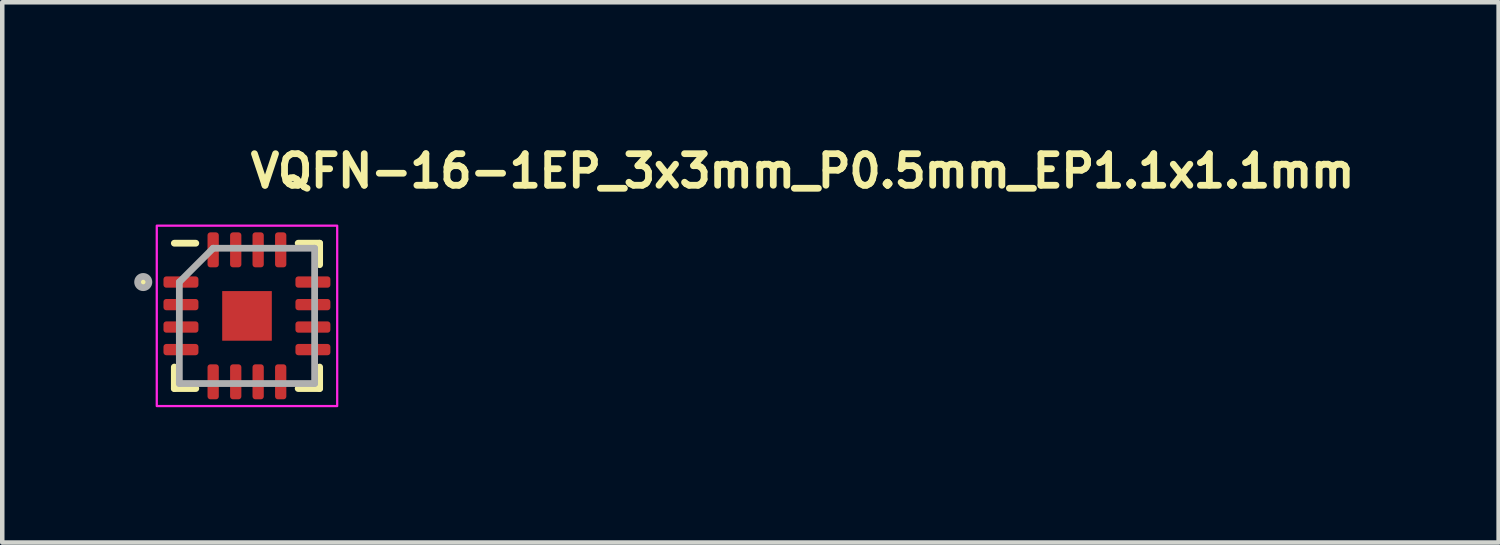
<source format=kicad_pcb>
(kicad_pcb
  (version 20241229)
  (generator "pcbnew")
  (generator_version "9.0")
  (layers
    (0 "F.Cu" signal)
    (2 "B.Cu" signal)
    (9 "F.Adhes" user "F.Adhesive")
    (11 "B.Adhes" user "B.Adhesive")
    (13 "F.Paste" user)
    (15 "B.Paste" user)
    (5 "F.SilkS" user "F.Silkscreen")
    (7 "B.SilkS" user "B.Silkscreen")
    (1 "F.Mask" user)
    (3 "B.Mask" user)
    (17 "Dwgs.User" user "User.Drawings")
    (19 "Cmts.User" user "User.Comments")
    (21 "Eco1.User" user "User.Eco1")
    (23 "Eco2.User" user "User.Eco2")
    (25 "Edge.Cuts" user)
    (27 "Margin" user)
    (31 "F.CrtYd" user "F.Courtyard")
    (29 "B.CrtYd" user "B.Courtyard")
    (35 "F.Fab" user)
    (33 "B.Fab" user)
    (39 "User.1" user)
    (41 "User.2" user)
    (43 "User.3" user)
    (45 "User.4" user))
  (footprint "VQFN-16-1EP_3x3mm_P0.5mm_EP1.1x1.1mm"
    (layer "F.Cu")
    (at 2.425 3.952)
    (property "Reference" "VQFN-16-1EP_3x3mm_P0.5mm_EP1.1x1.1mm" (at 0 -2.802 0) (layer "F.SilkS") (effects (font (size 0.7 0.7) (thickness 0.15)) (justify left bottom)))
    (attr smd)
    (fp_line (start -1.611 1.61) (end -1.611 1.134) (stroke (width 0.15) (type solid)) (layer "F.SilkS"))
    (fp_line (start -1.135 -1.611) (end -1.611 -1.611) (stroke (width 0.15) (type solid)) (layer "F.SilkS"))
    (fp_line (start -1.135 1.61) (end -1.611 1.61) (stroke (width 0.15) (type solid)) (layer "F.SilkS"))
    (fp_line (start 1.134 -1.611) (end 1.61 -1.611) (stroke (width 0.15) (type solid)) (layer "F.SilkS"))
    (fp_line (start 1.134 1.61) (end 1.61 1.61) (stroke (width 0.15) (type solid)) (layer "F.SilkS"))
    (fp_line (start 1.61 -1.611) (end 1.61 -1.135) (stroke (width 0.15) (type solid)) (layer "F.SilkS"))
    (fp_line (start 1.61 1.61) (end 1.61 1.134) (stroke (width 0.15) (type solid)) (layer "F.SilkS"))
    (fp_circle (center -2.3 -0.75) (end -2.25 -0.75) (stroke (width 0.15) (type solid)) (fill yes) (layer "F.SilkS"))
    (fp_rect (start -2 -2) (end 1.999 1.999) (stroke (width 0.05) (type solid)) (fill no) (layer "F.CrtYd"))
    (fp_line (start -1.5 -0.75) (end -0.75 -1.5) (stroke (width 0.15) (type solid)) (layer "F.Fab"))
    (fp_line (start -1.5 1.499) (end -1.5 -0.75) (stroke (width 0.15) (type solid)) (layer "F.Fab"))
    (fp_line (start -0.75 -1.5) (end 1.499 -1.5) (stroke (width 0.15) (type solid)) (layer "F.Fab"))
    (fp_line (start 1.499 -1.5) (end 1.499 1.499) (stroke (width 0.15) (type solid)) (layer "F.Fab"))
    (fp_line (start 1.499 1.499) (end -1.5 1.499) (stroke (width 0.15) (type solid)) (layer "F.Fab"))
    (fp_circle (center -2.3 -0.75) (end -2.25 -0.75) (stroke (width 0.15) (type solid)) (fill no) (layer "F.Fab"))
    (fp_rect (start -1.5 -1.5) (end 1.499 1.499) (stroke (width 0.1) (type solid)) (fill no) (layer "User.5"))
    (fp_rect (start -1.5 -1.5) (end 1.499 1.499) (stroke (width 0.1) (type solid)) (fill no) (layer "User.5"))
    (fp_line (start -1.5 -0.875) (end -1.5 -0.625) (stroke (width 0.02) (type solid)) (layer "User.9"))
    (fp_line (start -1.5 -0.625) (end -1.49 -0.625) (stroke (width 0.02) (type solid)) (layer "User.9"))
    (fp_line (start -1.5 -0.375) (end -1.5 -0.125) (stroke (width 0.02) (type solid)) (layer "User.9"))
    (fp_line (start -1.5 -0.125) (end -1.49 -0.125) (stroke (width 0.02) (type solid)) (layer "User.9"))
    (fp_line (start -1.5 0.122) (end -1.5 0.372) (stroke (width 0.02) (type solid)) (layer "User.9"))
    (fp_line (start -1.5 0.372) (end -1.49 0.372) (stroke (width 0.02) (type solid)) (layer "User.9"))
    (fp_line (start -1.5 0.622) (end -1.5 0.872) (stroke (width 0.02) (type solid)) (layer "User.9"))
    (fp_line (start -1.5 0.872) (end -1.49 0.872) (stroke (width 0.02) (type solid)) (layer "User.9"))
    (fp_line (start -1.49 -1.49) (end -1.49 1.489) (stroke (width 0.02) (type solid)) (layer "User.9"))
    (fp_line (start -1.49 -1.49) (end 1.489 -1.49) (stroke (width 0.02) (type solid)) (layer "User.9"))
    (fp_line (start -1.49 -0.875) (end -1.5 -0.875) (stroke (width 0.02) (type solid)) (layer "User.9"))
    (fp_line (start -1.49 -0.375) (end -1.5 -0.375) (stroke (width 0.02) (type solid)) (layer "User.9"))
    (fp_line (start -1.49 0.122) (end -1.5 0.122) (stroke (width 0.02) (type solid)) (layer "User.9"))
    (fp_line (start -1.49 0.622) (end -1.5 0.622) (stroke (width 0.02) (type solid)) (layer "User.9"))
    (fp_line (start -1.49 1.489) (end 1.489 1.489) (stroke (width 0.02) (type solid)) (layer "User.9"))
    (fp_line (start -1.051 -0.815) (end -1.051 -0.803) (stroke (width 0.02) (type solid)) (layer "User.9"))
    (fp_line (start -1.051 -0.803) (end -1.051 -0.803) (stroke (width 0.02) (type solid)) (layer "User.9"))
    (fp_line (start -1.051 -0.803) (end -1.051 -0.79) (stroke (width 0.02) (type solid)) (layer "User.9"))
    (fp_line (start -1.051 -0.79) (end -1.049 -0.777) (stroke (width 0.02) (type solid)) (layer "User.9"))
    (fp_line (start -1.049 -0.839) (end -1.049 -0.828) (stroke (width 0.02) (type solid)) (layer "User.9"))
    (fp_line (start -1.049 -0.828) (end -1.051 -0.815) (stroke (width 0.02) (type solid)) (layer "User.9"))
    (fp_line (start -1.049 -0.777) (end -1.049 -0.762) (stroke (width 0.02) (type solid)) (layer "User.9"))
    (fp_line (start -1.049 -0.762) (end -1.045 -0.75) (stroke (width 0.02) (type solid)) (layer "User.9"))
    (fp_line (start -1.045 -0.851) (end -1.049 -0.839) (stroke (width 0.02) (type solid)) (layer "User.9"))
    (fp_line (start -1.045 -0.75) (end -1.043 -0.738) (stroke (width 0.02) (type solid)) (layer "User.9"))
    (fp_line (start -1.043 -0.863) (end -1.045 -0.851) (stroke (width 0.02) (type solid)) (layer "User.9"))
    (fp_line (start -1.043 -0.738) (end -1.039 -0.726) (stroke (width 0.02) (type solid)) (layer "User.9"))
    (fp_line (start -1.039 -0.875) (end -1.043 -0.863) (stroke (width 0.02) (type solid)) (layer "User.9"))
    (fp_line (start -1.039 -0.726) (end -1.035 -0.715) (stroke (width 0.02) (type solid)) (layer "User.9"))
    (fp_line (start -1.035 -0.886) (end -1.039 -0.875) (stroke (width 0.02) (type solid)) (layer "User.9"))
    (fp_line (start -1.035 -0.715) (end -1.031 -0.704) (stroke (width 0.02) (type solid)) (layer "User.9"))
    (fp_line (start -1.031 -0.9) (end -1.035 -0.886) (stroke (width 0.02) (type solid)) (layer "User.9"))
    (fp_line (start -1.031 -0.704) (end -1.027 -0.694) (stroke (width 0.02) (type solid)) (layer "User.9"))
    (fp_line (start -1.027 -0.911) (end -1.031 -0.9) (stroke (width 0.02) (type solid)) (layer "User.9"))
    (fp_line (start -1.027 -0.694) (end -1.02 -0.683) (stroke (width 0.02) (type solid)) (layer "User.9"))
    (fp_line (start -1.02 -0.922) (end -1.027 -0.911) (stroke (width 0.02) (type solid)) (layer "User.9"))
    (fp_line (start -1.02 -0.683) (end -1.014 -0.673) (stroke (width 0.02) (type solid)) (layer "User.9"))
    (fp_line (start -1.014 -0.932) (end -1.02 -0.922) (stroke (width 0.02) (type solid)) (layer "User.9"))
    (fp_line (start -1.014 -0.673) (end -1.008 -0.663) (stroke (width 0.02) (type solid)) (layer "User.9"))
    (fp_line (start -1.008 -0.942) (end -1.014 -0.932) (stroke (width 0.02) (type solid)) (layer "User.9"))
    (fp_line (start -1.008 -0.663) (end -1.002 -0.653) (stroke (width 0.02) (type solid)) (layer "User.9"))
    (fp_line (start -1.002 -0.952) (end -1.008 -0.942) (stroke (width 0.02) (type solid)) (layer "User.9"))
    (fp_line (start -1.002 -0.653) (end -0.993 -0.643) (stroke (width 0.02) (type solid)) (layer "User.9"))
    (fp_line (start -0.993 -0.96) (end -1.002 -0.952) (stroke (width 0.02) (type solid)) (layer "User.9"))
    (fp_line (start -0.993 -0.643) (end -0.986 -0.632) (stroke (width 0.02) (type solid)) (layer "User.9"))
    (fp_line (start -0.986 -0.969) (end -0.993 -0.96) (stroke (width 0.02) (type solid)) (layer "User.9"))
    (fp_line (start -0.986 -0.632) (end -0.977 -0.624) (stroke (width 0.02) (type solid)) (layer "User.9"))
    (fp_line (start -0.977 -0.977) (end -0.986 -0.969) (stroke (width 0.02) (type solid)) (layer "User.9"))
    (fp_line (start -0.977 -0.624) (end -0.969 -0.615) (stroke (width 0.02) (type solid)) (layer "User.9"))
    (fp_line (start -0.969 -0.986) (end -0.977 -0.977) (stroke (width 0.02) (type solid)) (layer "User.9"))
    (fp_line (start -0.969 -0.615) (end -0.96 -0.608) (stroke (width 0.02) (type solid)) (layer "User.9"))
    (fp_line (start -0.96 -0.993) (end -0.969 -0.986) (stroke (width 0.02) (type solid)) (layer "User.9"))
    (fp_line (start -0.96 -0.608) (end -0.952 -0.6) (stroke (width 0.02) (type solid)) (layer "User.9"))
    (fp_line (start -0.952 -1.002) (end -0.96 -0.993) (stroke (width 0.02) (type solid)) (layer "User.9"))
    (fp_line (start -0.952 -0.6) (end -0.942 -0.593) (stroke (width 0.02) (type solid)) (layer "User.9"))
    (fp_line (start -0.942 -1.008) (end -0.952 -1.002) (stroke (width 0.02) (type solid)) (layer "User.9"))
    (fp_line (start -0.942 -0.593) (end -0.932 -0.587) (stroke (width 0.02) (type solid)) (layer "User.9"))
    (fp_line (start -0.932 -1.014) (end -0.942 -1.008) (stroke (width 0.02) (type solid)) (layer "User.9"))
    (fp_line (start -0.932 -0.587) (end -0.922 -0.581) (stroke (width 0.02) (type solid)) (layer "User.9"))
    (fp_line (start -0.922 -1.02) (end -0.932 -1.014) (stroke (width 0.02) (type solid)) (layer "User.9"))
    (fp_line (start -0.922 -0.581) (end -0.911 -0.577) (stroke (width 0.02) (type solid)) (layer "User.9"))
    (fp_line (start -0.911 -1.027) (end -0.922 -1.02) (stroke (width 0.02) (type solid)) (layer "User.9"))
    (fp_line (start -0.911 -0.577) (end -0.9 -0.572) (stroke (width 0.02) (type solid)) (layer "User.9"))
    (fp_line (start -0.9 -1.031) (end -0.911 -1.027) (stroke (width 0.02) (type solid)) (layer "User.9"))
    (fp_line (start -0.9 -0.572) (end -0.886 -0.568) (stroke (width 0.02) (type solid)) (layer "User.9"))
    (fp_line (start -0.886 -1.035) (end -0.9 -1.031) (stroke (width 0.02) (type solid)) (layer "User.9"))
    (fp_line (start -0.886 -0.568) (end -0.875 -0.564) (stroke (width 0.02) (type solid)) (layer "User.9"))
    (fp_line (start -0.875 -1.5) (end -0.875 -1.49) (stroke (width 0.02) (type solid)) (layer "User.9"))
    (fp_line (start -0.875 -1.039) (end -0.886 -1.035) (stroke (width 0.02) (type solid)) (layer "User.9"))
    (fp_line (start -0.875 -0.564) (end -0.863 -0.56) (stroke (width 0.02) (type solid)) (layer "User.9"))
    (fp_line (start -0.875 1.489) (end -0.875 1.499) (stroke (width 0.02) (type solid)) (layer "User.9"))
    (fp_line (start -0.875 1.499) (end -0.625 1.499) (stroke (width 0.02) (type solid)) (layer "User.9"))
    (fp_line (start -0.863 -1.043) (end -0.875 -1.039) (stroke (width 0.02) (type solid)) (layer "User.9"))
    (fp_line (start -0.863 -0.56) (end -0.851 -0.558) (stroke (width 0.02) (type solid)) (layer "User.9"))
    (fp_line (start -0.851 -1.045) (end -0.863 -1.043) (stroke (width 0.02) (type solid)) (layer "User.9"))
    (fp_line (start -0.851 -0.558) (end -0.839 -0.555) (stroke (width 0.02) (type solid)) (layer "User.9"))
    (fp_line (start -0.839 -1.049) (end -0.851 -1.045) (stroke (width 0.02) (type solid)) (layer "User.9"))
    (fp_line (start -0.839 -0.555) (end -0.828 -0.554) (stroke (width 0.02) (type solid)) (layer "User.9"))
    (fp_line (start -0.828 -1.049) (end -0.839 -1.049) (stroke (width 0.02) (type solid)) (layer "User.9"))
    (fp_line (start -0.828 -0.554) (end -0.815 -0.553) (stroke (width 0.02) (type solid)) (layer "User.9"))
    (fp_line (start -0.815 -1.051) (end -0.828 -1.049) (stroke (width 0.02) (type solid)) (layer "User.9"))
    (fp_line (start -0.815 -0.553) (end -0.803 -0.553) (stroke (width 0.02) (type solid)) (layer "User.9"))
    (fp_line (start -0.803 -1.051) (end -0.815 -1.051) (stroke (width 0.02) (type solid)) (layer "User.9"))
    (fp_line (start -0.803 -1.051) (end -0.803 -1.051) (stroke (width 0.02) (type solid)) (layer "User.9"))
    (fp_line (start -0.803 -0.553) (end -0.803 -0.553) (stroke (width 0.02) (type solid)) (layer "User.9"))
    (fp_line (start -0.803 -0.553) (end -0.79 -0.553) (stroke (width 0.02) (type solid)) (layer "User.9"))
    (fp_line (start -0.79 -1.051) (end -0.803 -1.051) (stroke (width 0.02) (type solid)) (layer "User.9"))
    (fp_line (start -0.79 -0.553) (end -0.777 -0.554) (stroke (width 0.02) (type solid)) (layer "User.9"))
    (fp_line (start -0.777 -1.049) (end -0.79 -1.051) (stroke (width 0.02) (type solid)) (layer "User.9"))
    (fp_line (start -0.777 -0.554) (end -0.762 -0.555) (stroke (width 0.02) (type solid)) (layer "User.9"))
    (fp_line (start -0.762 -1.049) (end -0.777 -1.049) (stroke (width 0.02) (type solid)) (layer "User.9"))
    (fp_line (start -0.762 -0.555) (end -0.75 -0.558) (stroke (width 0.02) (type solid)) (layer "User.9"))
    (fp_line (start -0.75 -1.045) (end -0.762 -1.049) (stroke (width 0.02) (type solid)) (layer "User.9"))
    (fp_line (start -0.75 -0.558) (end -0.738 -0.56) (stroke (width 0.02) (type solid)) (layer "User.9"))
    (fp_line (start -0.738 -1.043) (end -0.75 -1.045) (stroke (width 0.02) (type solid)) (layer "User.9"))
    (fp_line (start -0.738 -0.56) (end -0.726 -0.564) (stroke (width 0.02) (type solid)) (layer "User.9"))
    (fp_line (start -0.726 -1.039) (end -0.738 -1.043) (stroke (width 0.02) (type solid)) (layer "User.9"))
    (fp_line (start -0.726 -0.564) (end -0.715 -0.568) (stroke (width 0.02) (type solid)) (layer "User.9"))
    (fp_line (start -0.715 -1.035) (end -0.726 -1.039) (stroke (width 0.02) (type solid)) (layer "User.9"))
    (fp_line (start -0.715 -0.568) (end -0.704 -0.572) (stroke (width 0.02) (type solid)) (layer "User.9"))
    (fp_line (start -0.704 -1.031) (end -0.715 -1.035) (stroke (width 0.02) (type solid)) (layer "User.9"))
    (fp_line (start -0.704 -0.572) (end -0.694 -0.577) (stroke (width 0.02) (type solid)) (layer "User.9"))
    (fp_line (start -0.694 -1.027) (end -0.704 -1.031) (stroke (width 0.02) (type solid)) (layer "User.9"))
    (fp_line (start -0.694 -0.577) (end -0.683 -0.581) (stroke (width 0.02) (type solid)) (layer "User.9"))
    (fp_line (start -0.683 -1.02) (end -0.694 -1.027) (stroke (width 0.02) (type solid)) (layer "User.9"))
    (fp_line (start -0.683 -0.581) (end -0.673 -0.587) (stroke (width 0.02) (type solid)) (layer "User.9"))
    (fp_line (start -0.673 -1.014) (end -0.683 -1.02) (stroke (width 0.02) (type solid)) (layer "User.9"))
    (fp_line (start -0.673 -0.587) (end -0.663 -0.593) (stroke (width 0.02) (type solid)) (layer "User.9"))
    (fp_line (start -0.663 -1.008) (end -0.673 -1.014) (stroke (width 0.02) (type solid)) (layer "User.9"))
    (fp_line (start -0.663 -0.593) (end -0.653 -0.6) (stroke (width 0.02) (type solid)) (layer "User.9"))
    (fp_line (start -0.653 -1.002) (end -0.663 -1.008) (stroke (width 0.02) (type solid)) (layer "User.9"))
    (fp_line (start -0.653 -0.6) (end -0.643 -0.608) (stroke (width 0.02) (type solid)) (layer "User.9"))
    (fp_line (start -0.643 -0.993) (end -0.653 -1.002) (stroke (width 0.02) (type solid)) (layer "User.9"))
    (fp_line (start -0.643 -0.608) (end -0.632 -0.615) (stroke (width 0.02) (type solid)) (layer "User.9"))
    (fp_line (start -0.632 -0.986) (end -0.643 -0.993) (stroke (width 0.02) (type solid)) (layer "User.9"))
    (fp_line (start -0.632 -0.615) (end -0.624 -0.624) (stroke (width 0.02) (type solid)) (layer "User.9"))
    (fp_line (start -0.625 -1.5) (end -0.875 -1.5) (stroke (width 0.02) (type solid)) (layer "User.9"))
    (fp_line (start -0.625 -1.49) (end -0.625 -1.5) (stroke (width 0.02) (type solid)) (layer "User.9"))
    (fp_line (start -0.625 1.499) (end -0.625 1.489) (stroke (width 0.02) (type solid)) (layer "User.9"))
    (fp_line (start -0.624 -0.977) (end -0.632 -0.986) (stroke (width 0.02) (type solid)) (layer "User.9"))
    (fp_line (start -0.624 -0.624) (end -0.615 -0.632) (stroke (width 0.02) (type solid)) (layer "User.9"))
    (fp_line (start -0.615 -0.969) (end -0.624 -0.977) (stroke (width 0.02) (type solid)) (layer "User.9"))
    (fp_line (start -0.615 -0.632) (end -0.608 -0.643) (stroke (width 0.02) (type solid)) (layer "User.9"))
    (fp_line (start -0.608 -0.96) (end -0.615 -0.969) (stroke (width 0.02) (type solid)) (layer "User.9"))
    (fp_line (start -0.608 -0.643) (end -0.6 -0.653) (stroke (width 0.02) (type solid)) (layer "User.9"))
    (fp_line (start -0.6 -0.952) (end -0.608 -0.96) (stroke (width 0.02) (type solid)) (layer "User.9"))
    (fp_line (start -0.6 -0.653) (end -0.593 -0.663) (stroke (width 0.02) (type solid)) (layer "User.9"))
    (fp_line (start -0.593 -0.942) (end -0.6 -0.952) (stroke (width 0.02) (type solid)) (layer "User.9"))
    (fp_line (start -0.593 -0.663) (end -0.587 -0.673) (stroke (width 0.02) (type solid)) (layer "User.9"))
    (fp_line (start -0.587 -0.932) (end -0.593 -0.942) (stroke (width 0.02) (type solid)) (layer "User.9"))
    (fp_line (start -0.587 -0.673) (end -0.581 -0.683) (stroke (width 0.02) (type solid)) (layer "User.9"))
    (fp_line (start -0.581 -0.922) (end -0.587 -0.932) (stroke (width 0.02) (type solid)) (layer "User.9"))
    (fp_line (start -0.581 -0.683) (end -0.577 -0.694) (stroke (width 0.02) (type solid)) (layer "User.9"))
    (fp_line (start -0.577 -0.911) (end -0.581 -0.922) (stroke (width 0.02) (type solid)) (layer "User.9"))
    (fp_line (start -0.577 -0.694) (end -0.572 -0.704) (stroke (width 0.02) (type solid)) (layer "User.9"))
    (fp_line (start -0.572 -0.9) (end -0.577 -0.911) (stroke (width 0.02) (type solid)) (layer "User.9"))
    (fp_line (start -0.572 -0.704) (end -0.568 -0.715) (stroke (width 0.02) (type solid)) (layer "User.9"))
    (fp_line (start -0.568 -0.886) (end -0.572 -0.9) (stroke (width 0.02) (type solid)) (layer "User.9"))
    (fp_line (start -0.568 -0.715) (end -0.564 -0.726) (stroke (width 0.02) (type solid)) (layer "User.9"))
    (fp_line (start -0.564 -0.875) (end -0.568 -0.886) (stroke (width 0.02) (type solid)) (layer "User.9"))
    (fp_line (start -0.564 -0.726) (end -0.56 -0.738) (stroke (width 0.02) (type solid)) (layer "User.9"))
    (fp_line (start -0.56 -0.863) (end -0.564 -0.875) (stroke (width 0.02) (type solid)) (layer "User.9"))
    (fp_line (start -0.56 -0.738) (end -0.558 -0.75) (stroke (width 0.02) (type solid)) (layer "User.9"))
    (fp_line (start -0.558 -0.851) (end -0.56 -0.863) (stroke (width 0.02) (type solid)) (layer "User.9"))
    (fp_line (start -0.558 -0.75) (end -0.555 -0.762) (stroke (width 0.02) (type solid)) (layer "User.9"))
    (fp_line (start -0.555 -0.839) (end -0.558 -0.851) (stroke (width 0.02) (type solid)) (layer "User.9"))
    (fp_line (start -0.555 -0.762) (end -0.554 -0.777) (stroke (width 0.02) (type solid)) (layer "User.9"))
    (fp_line (start -0.554 -0.828) (end -0.555 -0.839) (stroke (width 0.02) (type solid)) (layer "User.9"))
    (fp_line (start -0.554 -0.777) (end -0.553 -0.79) (stroke (width 0.02) (type solid)) (layer "User.9"))
    (fp_line (start -0.553 -0.815) (end -0.554 -0.828) (stroke (width 0.02) (type solid)) (layer "User.9"))
    (fp_line (start -0.553 -0.803) (end -0.553 -0.815) (stroke (width 0.02) (type solid)) (layer "User.9"))
    (fp_line (start -0.553 -0.803) (end -0.553 -0.803) (stroke (width 0.02) (type solid)) (layer "User.9"))
    (fp_line (start -0.553 -0.803) (end -0.553 -0.803) (stroke (width 0.02) (type solid)) (layer "User.9"))
    (fp_line (start -0.553 -0.79) (end -0.553 -0.803) (stroke (width 0.02) (type solid)) (layer "User.9"))
    (fp_line (start -0.375 -1.5) (end -0.375 -1.49) (stroke (width 0.02) (type solid)) (layer "User.9"))
    (fp_line (start -0.375 1.489) (end -0.375 1.499) (stroke (width 0.02) (type solid)) (layer "User.9"))
    (fp_line (start -0.375 1.499) (end -0.125 1.499) (stroke (width 0.02) (type solid)) (layer "User.9"))
    (fp_line (start -0.125 -1.5) (end -0.375 -1.5) (stroke (width 0.02) (type solid)) (layer "User.9"))
    (fp_line (start -0.125 -1.49) (end -0.125 -1.5) (stroke (width 0.02) (type solid)) (layer "User.9"))
    (fp_line (start -0.125 1.499) (end -0.125 1.489) (stroke (width 0.02) (type solid)) (layer "User.9"))
    (fp_line (start 0.122 -1.5) (end 0.122 -1.49) (stroke (width 0.02) (type solid)) (layer "User.9"))
    (fp_line (start 0.122 1.489) (end 0.122 1.499) (stroke (width 0.02) (type solid)) (layer "User.9"))
    (fp_line (start 0.122 1.499) (end 0.372 1.499) (stroke (width 0.02) (type solid)) (layer "User.9"))
    (fp_line (start 0.372 -1.5) (end 0.122 -1.5) (stroke (width 0.02) (type solid)) (layer "User.9"))
    (fp_line (start 0.372 -1.49) (end 0.372 -1.5) (stroke (width 0.02) (type solid)) (layer "User.9"))
    (fp_line (start 0.372 1.499) (end 0.372 1.489) (stroke (width 0.02) (type solid)) (layer "User.9"))
    (fp_line (start 0.622 -1.5) (end 0.622 -1.49) (stroke (width 0.02) (type solid)) (layer "User.9"))
    (fp_line (start 0.622 1.489) (end 0.622 1.499) (stroke (width 0.02) (type solid)) (layer "User.9"))
    (fp_line (start 0.622 1.499) (end 0.872 1.499) (stroke (width 0.02) (type solid)) (layer "User.9"))
    (fp_line (start 0.872 -1.5) (end 0.622 -1.5) (stroke (width 0.02) (type solid)) (layer "User.9"))
    (fp_line (start 0.872 -1.49) (end 0.872 -1.5) (stroke (width 0.02) (type solid)) (layer "User.9"))
    (fp_line (start 0.872 1.499) (end 0.872 1.489) (stroke (width 0.02) (type solid)) (layer "User.9"))
    (fp_line (start 1.489 -1.49) (end 1.489 1.489) (stroke (width 0.02) (type solid)) (layer "User.9"))
    (fp_line (start 1.489 -0.625) (end 1.499 -0.625) (stroke (width 0.02) (type solid)) (layer "User.9"))
    (fp_line (start 1.489 -0.125) (end 1.499 -0.125) (stroke (width 0.02) (type solid)) (layer "User.9"))
    (fp_line (start 1.489 0.372) (end 1.499 0.372) (stroke (width 0.02) (type solid)) (layer "User.9"))
    (fp_line (start 1.489 0.872) (end 1.499 0.872) (stroke (width 0.02) (type solid)) (layer "User.9"))
    (fp_line (start 1.499 -0.875) (end 1.489 -0.875) (stroke (width 0.02) (type solid)) (layer "User.9"))
    (fp_line (start 1.499 -0.625) (end 1.499 -0.875) (stroke (width 0.02) (type solid)) (layer "User.9"))
    (fp_line (start 1.499 -0.375) (end 1.489 -0.375) (stroke (width 0.02) (type solid)) (layer "User.9"))
    (fp_line (start 1.499 -0.125) (end 1.499 -0.375) (stroke (width 0.02) (type solid)) (layer "User.9"))
    (fp_line (start 1.499 0.122) (end 1.489 0.122) (stroke (width 0.02) (type solid)) (layer "User.9"))
    (fp_line (start 1.499 0.372) (end 1.499 0.122) (stroke (width 0.02) (type solid)) (layer "User.9"))
    (fp_line (start 1.499 0.622) (end 1.489 0.622) (stroke (width 0.02) (type solid)) (layer "User.9"))
    (fp_line (start 1.499 0.872) (end 1.499 0.622) (stroke (width 0.02) (type solid)) (layer "User.9"))
    (pad "" smd roundrect (at 0 0) (size 0.89 0.89) (layers "F.Paste") (roundrect_rratio 0.25))
    (pad "1" smd roundrect (at -1.464 -0.75) (size 0.775 0.25) (layers "F.Cu" "F.Mask" "F.Paste") (roundrect_rratio 0.25))
    (pad "2" smd roundrect (at -1.464 -0.25) (size 0.775 0.25) (layers "F.Cu" "F.Mask" "F.Paste") (roundrect_rratio 0.25))
    (pad "3" smd roundrect (at -1.464 0.247) (size 0.775 0.25) (layers "F.Cu" "F.Mask" "F.Paste") (roundrect_rratio 0.25))
    (pad "4" smd roundrect (at -1.464 0.747) (size 0.775 0.25) (layers "F.Cu" "F.Mask" "F.Paste") (roundrect_rratio 0.25))
    (pad "5" smd roundrect (at -0.75 1.461) (size 0.25 0.775) (layers "F.Cu" "F.Mask" "F.Paste") (roundrect_rratio 0.25))
    (pad "6" smd roundrect (at -0.25 1.461) (size 0.25 0.775) (layers "F.Cu" "F.Mask" "F.Paste") (roundrect_rratio 0.25))
    (pad "7" smd roundrect (at 0.247 1.461) (size 0.25 0.775) (layers "F.Cu" "F.Mask" "F.Paste") (roundrect_rratio 0.25))
    (pad "8" smd roundrect (at 0.747 1.461) (size 0.25 0.775) (layers "F.Cu" "F.Mask" "F.Paste") (roundrect_rratio 0.25))
    (pad "9" smd roundrect (at 1.461 0.747) (size 0.775 0.25) (layers "F.Cu" "F.Mask" "F.Paste") (roundrect_rratio 0.25))
    (pad "10" smd roundrect (at 1.461 0.247) (size 0.775 0.25) (layers "F.Cu" "F.Mask" "F.Paste") (roundrect_rratio 0.25))
    (pad "11" smd roundrect (at 1.461 -0.25) (size 0.775 0.25) (layers "F.Cu" "F.Mask" "F.Paste") (roundrect_rratio 0.25))
    (pad "12" smd roundrect (at 1.461 -0.75) (size 0.775 0.25) (layers "F.Cu" "F.Mask" "F.Paste") (roundrect_rratio 0.25))
    (pad "13" smd roundrect (at 0.747 -1.464) (size 0.25 0.775) (layers "F.Cu" "F.Mask" "F.Paste") (roundrect_rratio 0.25))
    (pad "14" smd roundrect (at 0.247 -1.464) (size 0.25 0.775) (layers "F.Cu" "F.Mask" "F.Paste") (roundrect_rratio 0.25))
    (pad "15" smd roundrect (at -0.25 -1.464) (size 0.25 0.775) (layers "F.Cu" "F.Mask" "F.Paste") (roundrect_rratio 0.25))
    (pad "16" smd roundrect (at -0.75 -1.464) (size 0.25 0.775) (layers "F.Cu" "F.Mask" "F.Paste") (roundrect_rratio 0.25))
    (pad "17" smd rect (at 0 0) (size 1.1 1.1) (layers "F.Cu" "F.Mask")))
  (gr_rect
    (start -3 -3)
    (end 30.168 8.976)
    (stroke (width 0.1) (type default))
    (fill no)
    (layer "Edge.Cuts")))
</source>
